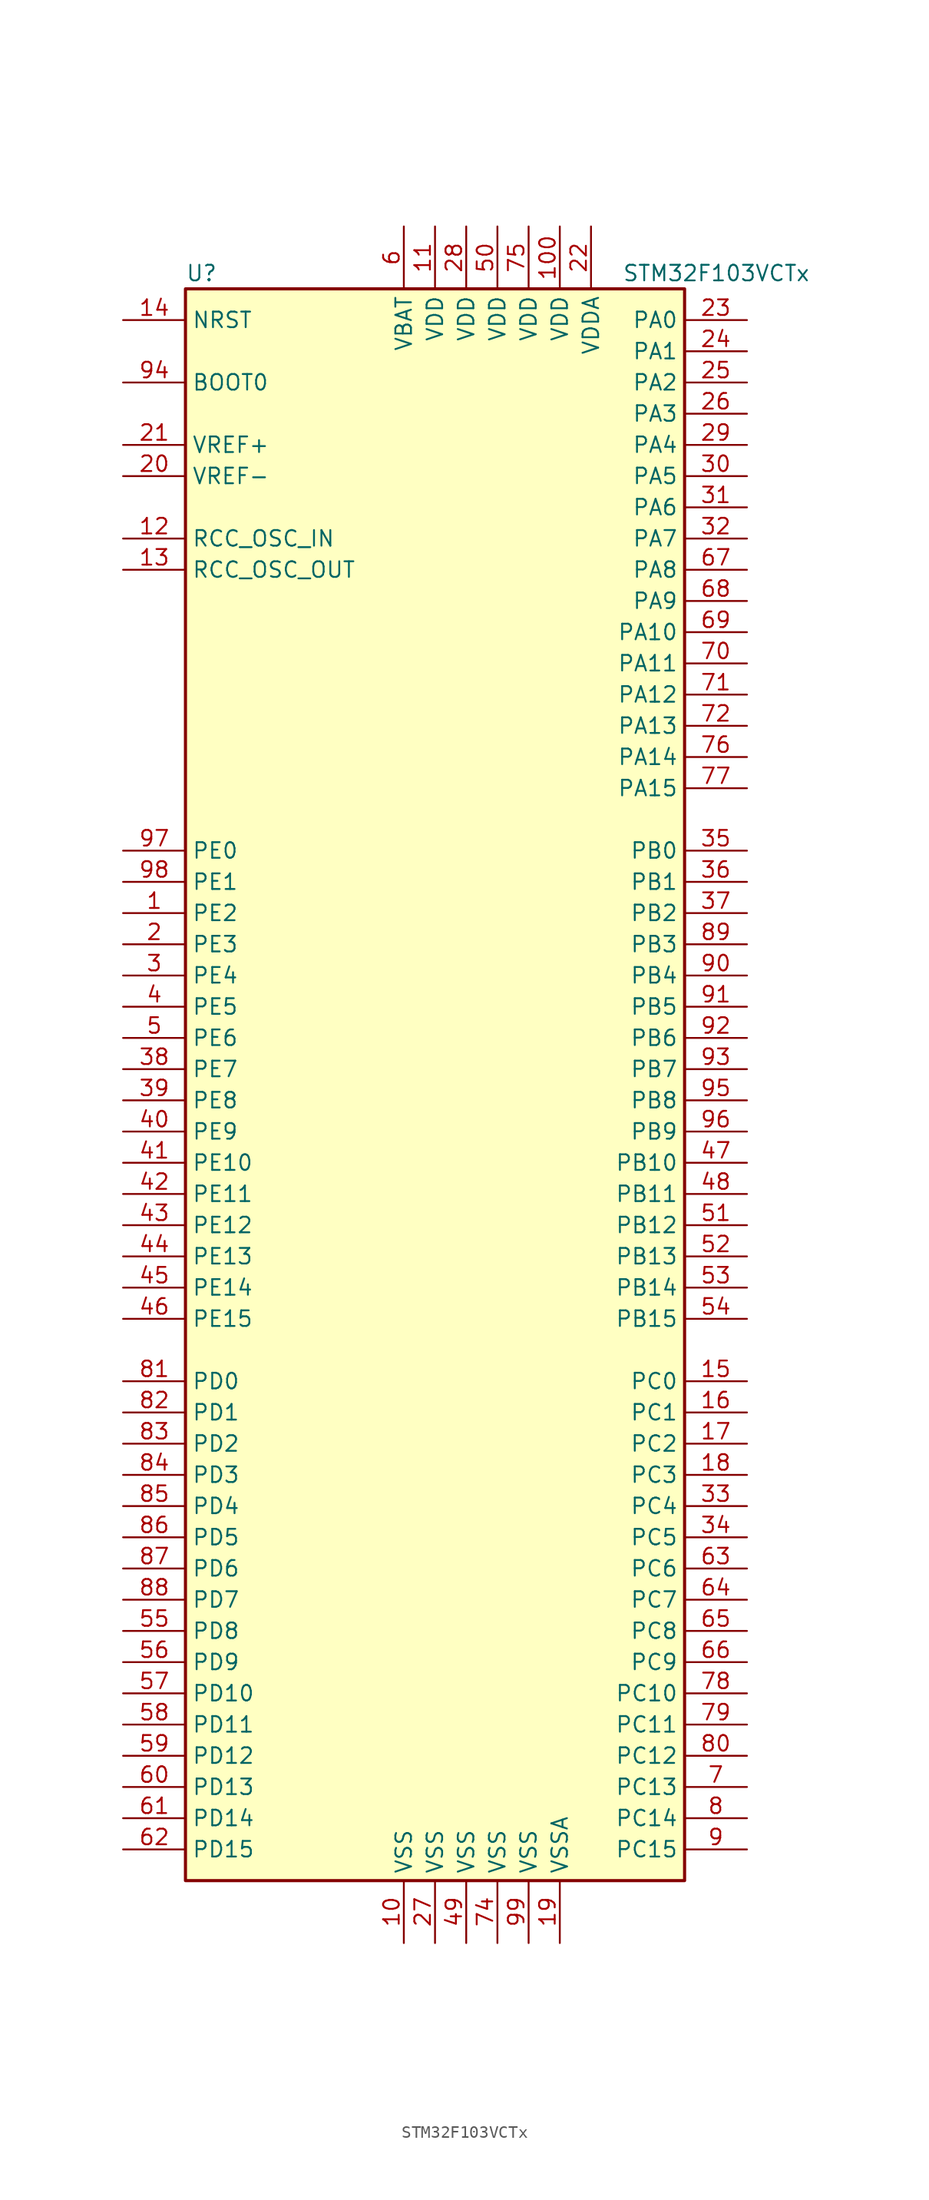
<source format=kicad_sym>
(kicad_symbol_lib
  (version 20201005)
  (generator kicad_symbol_editor)
  (symbol "STM32F103VCTx"
    (property "Reference" "U"
      (at -20.32 64.77 0)
      (effects (font (size 1.27 1.27)) (justify left)))
    (property "Value" "STM32F103VCTx"
      (at 15.24 64.77 0)
      (effects (font (size 1.27 1.27)) (justify left)))
    (symbol "STM32F103VCTx_0_1"
      (rectangle (start -20.32 -66.04) (end 20.32 63.5) (stroke (width 0.254)) (fill (type background))))
    (symbol "STM32F103VCTx_1_1"
      (pin input line (at -25.4 55.88 0) (length 5.08) (name "BOOT0" (effects (font (size 1.27 1.27)))) (number "94" (effects (font (size 1.27 1.27)))))
      (pin no_connect line (at -20.32 -63.5 0) (length 5.08) hide (name "NC" (effects (font (size 1.27 1.27)))) (number "73" (effects (font (size 1.27 1.27)))))
      (pin input line (at -25.4 60.96 0) (length 5.08) (name "NRST" (effects (font (size 1.27 1.27)))) (number "14" (effects (font (size 1.27 1.27)))))
      (pin bidirectional line (at 25.4 60.96 180) (length 5.08) (name "PA0" (effects (font (size 1.27 1.27)))) (number "23" (effects (font (size 1.27 1.27)))))
      (pin bidirectional line (at 25.4 58.42 180) (length 5.08) (name "PA1" (effects (font (size 1.27 1.27)))) (number "24" (effects (font (size 1.27 1.27)))))
      (pin bidirectional line (at 25.4 35.56 180) (length 5.08) (name "PA10" (effects (font (size 1.27 1.27)))) (number "69" (effects (font (size 1.27 1.27)))))
      (pin bidirectional line (at 25.4 33.02 180) (length 5.08) (name "PA11" (effects (font (size 1.27 1.27)))) (number "70" (effects (font (size 1.27 1.27)))))
      (pin bidirectional line (at 25.4 30.48 180) (length 5.08) (name "PA12" (effects (font (size 1.27 1.27)))) (number "71" (effects (font (size 1.27 1.27)))))
      (pin bidirectional line (at 25.4 27.94 180) (length 5.08) (name "PA13" (effects (font (size 1.27 1.27)))) (number "72" (effects (font (size 1.27 1.27)))))
      (pin bidirectional line (at 25.4 25.4 180) (length 5.08) (name "PA14" (effects (font (size 1.27 1.27)))) (number "76" (effects (font (size 1.27 1.27)))))
      (pin bidirectional line (at 25.4 22.86 180) (length 5.08) (name "PA15" (effects (font (size 1.27 1.27)))) (number "77" (effects (font (size 1.27 1.27)))))
      (pin bidirectional line (at 25.4 55.88 180) (length 5.08) (name "PA2" (effects (font (size 1.27 1.27)))) (number "25" (effects (font (size 1.27 1.27)))))
      (pin bidirectional line (at 25.4 53.34 180) (length 5.08) (name "PA3" (effects (font (size 1.27 1.27)))) (number "26" (effects (font (size 1.27 1.27)))))
      (pin bidirectional line (at 25.4 50.8 180) (length 5.08) (name "PA4" (effects (font (size 1.27 1.27)))) (number "29" (effects (font (size 1.27 1.27)))))
      (pin bidirectional line (at 25.4 48.26 180) (length 5.08) (name "PA5" (effects (font (size 1.27 1.27)))) (number "30" (effects (font (size 1.27 1.27)))))
      (pin bidirectional line (at 25.4 45.72 180) (length 5.08) (name "PA6" (effects (font (size 1.27 1.27)))) (number "31" (effects (font (size 1.27 1.27)))))
      (pin bidirectional line (at 25.4 43.18 180) (length 5.08) (name "PA7" (effects (font (size 1.27 1.27)))) (number "32" (effects (font (size 1.27 1.27)))))
      (pin bidirectional line (at 25.4 40.64 180) (length 5.08) (name "PA8" (effects (font (size 1.27 1.27)))) (number "67" (effects (font (size 1.27 1.27)))))
      (pin bidirectional line (at 25.4 38.1 180) (length 5.08) (name "PA9" (effects (font (size 1.27 1.27)))) (number "68" (effects (font (size 1.27 1.27)))))
      (pin bidirectional line (at 25.4 17.78 180) (length 5.08) (name "PB0" (effects (font (size 1.27 1.27)))) (number "35" (effects (font (size 1.27 1.27)))))
      (pin bidirectional line (at 25.4 15.24 180) (length 5.08) (name "PB1" (effects (font (size 1.27 1.27)))) (number "36" (effects (font (size 1.27 1.27)))))
      (pin bidirectional line (at 25.4 -7.62 180) (length 5.08) (name "PB10" (effects (font (size 1.27 1.27)))) (number "47" (effects (font (size 1.27 1.27)))))
      (pin bidirectional line (at 25.4 -10.16 180) (length 5.08) (name "PB11" (effects (font (size 1.27 1.27)))) (number "48" (effects (font (size 1.27 1.27)))))
      (pin bidirectional line (at 25.4 -12.7 180) (length 5.08) (name "PB12" (effects (font (size 1.27 1.27)))) (number "51" (effects (font (size 1.27 1.27)))))
      (pin bidirectional line (at 25.4 -15.24 180) (length 5.08) (name "PB13" (effects (font (size 1.27 1.27)))) (number "52" (effects (font (size 1.27 1.27)))))
      (pin bidirectional line (at 25.4 -17.78 180) (length 5.08) (name "PB14" (effects (font (size 1.27 1.27)))) (number "53" (effects (font (size 1.27 1.27)))))
      (pin bidirectional line (at 25.4 -20.32 180) (length 5.08) (name "PB15" (effects (font (size 1.27 1.27)))) (number "54" (effects (font (size 1.27 1.27)))))
      (pin bidirectional line (at 25.4 12.7 180) (length 5.08) (name "PB2" (effects (font (size 1.27 1.27)))) (number "37" (effects (font (size 1.27 1.27)))))
      (pin bidirectional line (at 25.4 10.16 180) (length 5.08) (name "PB3" (effects (font (size 1.27 1.27)))) (number "89" (effects (font (size 1.27 1.27)))))
      (pin bidirectional line (at 25.4 7.62 180) (length 5.08) (name "PB4" (effects (font (size 1.27 1.27)))) (number "90" (effects (font (size 1.27 1.27)))))
      (pin bidirectional line (at 25.4 5.08 180) (length 5.08) (name "PB5" (effects (font (size 1.27 1.27)))) (number "91" (effects (font (size 1.27 1.27)))))
      (pin bidirectional line (at 25.4 2.54 180) (length 5.08) (name "PB6" (effects (font (size 1.27 1.27)))) (number "92" (effects (font (size 1.27 1.27)))))
      (pin bidirectional line (at 25.4 0 180) (length 5.08) (name "PB7" (effects (font (size 1.27 1.27)))) (number "93" (effects (font (size 1.27 1.27)))))
      (pin bidirectional line (at 25.4 -2.54 180) (length 5.08) (name "PB8" (effects (font (size 1.27 1.27)))) (number "95" (effects (font (size 1.27 1.27)))))
      (pin bidirectional line (at 25.4 -5.08 180) (length 5.08) (name "PB9" (effects (font (size 1.27 1.27)))) (number "96" (effects (font (size 1.27 1.27)))))
      (pin bidirectional line (at 25.4 -25.4 180) (length 5.08) (name "PC0" (effects (font (size 1.27 1.27)))) (number "15" (effects (font (size 1.27 1.27)))))
      (pin bidirectional line (at 25.4 -27.94 180) (length 5.08) (name "PC1" (effects (font (size 1.27 1.27)))) (number "16" (effects (font (size 1.27 1.27)))))
      (pin bidirectional line (at 25.4 -50.8 180) (length 5.08) (name "PC10" (effects (font (size 1.27 1.27)))) (number "78" (effects (font (size 1.27 1.27)))))
      (pin bidirectional line (at 25.4 -53.34 180) (length 5.08) (name "PC11" (effects (font (size 1.27 1.27)))) (number "79" (effects (font (size 1.27 1.27)))))
      (pin bidirectional line (at 25.4 -55.88 180) (length 5.08) (name "PC12" (effects (font (size 1.27 1.27)))) (number "80" (effects (font (size 1.27 1.27)))))
      (pin bidirectional line (at 25.4 -58.42 180) (length 5.08) (name "PC13" (effects (font (size 1.27 1.27)))) (number "7" (effects (font (size 1.27 1.27)))))
      (pin bidirectional line (at 25.4 -60.96 180) (length 5.08) (name "PC14" (effects (font (size 1.27 1.27)))) (number "8" (effects (font (size 1.27 1.27)))))
      (pin bidirectional line (at 25.4 -63.5 180) (length 5.08) (name "PC15" (effects (font (size 1.27 1.27)))) (number "9" (effects (font (size 1.27 1.27)))))
      (pin bidirectional line (at 25.4 -30.48 180) (length 5.08) (name "PC2" (effects (font (size 1.27 1.27)))) (number "17" (effects (font (size 1.27 1.27)))))
      (pin bidirectional line (at 25.4 -33.02 180) (length 5.08) (name "PC3" (effects (font (size 1.27 1.27)))) (number "18" (effects (font (size 1.27 1.27)))))
      (pin bidirectional line (at 25.4 -35.56 180) (length 5.08) (name "PC4" (effects (font (size 1.27 1.27)))) (number "33" (effects (font (size 1.27 1.27)))))
      (pin bidirectional line (at 25.4 -38.1 180) (length 5.08) (name "PC5" (effects (font (size 1.27 1.27)))) (number "34" (effects (font (size 1.27 1.27)))))
      (pin bidirectional line (at 25.4 -40.64 180) (length 5.08) (name "PC6" (effects (font (size 1.27 1.27)))) (number "63" (effects (font (size 1.27 1.27)))))
      (pin bidirectional line (at 25.4 -43.18 180) (length 5.08) (name "PC7" (effects (font (size 1.27 1.27)))) (number "64" (effects (font (size 1.27 1.27)))))
      (pin bidirectional line (at 25.4 -45.72 180) (length 5.08) (name "PC8" (effects (font (size 1.27 1.27)))) (number "65" (effects (font (size 1.27 1.27)))))
      (pin bidirectional line (at 25.4 -48.26 180) (length 5.08) (name "PC9" (effects (font (size 1.27 1.27)))) (number "66" (effects (font (size 1.27 1.27)))))
      (pin bidirectional line (at -25.4 -25.4 0) (length 5.08) (name "PD0" (effects (font (size 1.27 1.27)))) (number "81" (effects (font (size 1.27 1.27)))))
      (pin bidirectional line (at -25.4 -27.94 0) (length 5.08) (name "PD1" (effects (font (size 1.27 1.27)))) (number "82" (effects (font (size 1.27 1.27)))))
      (pin bidirectional line (at -25.4 -50.8 0) (length 5.08) (name "PD10" (effects (font (size 1.27 1.27)))) (number "57" (effects (font (size 1.27 1.27)))))
      (pin bidirectional line (at -25.4 -53.34 0) (length 5.08) (name "PD11" (effects (font (size 1.27 1.27)))) (number "58" (effects (font (size 1.27 1.27)))))
      (pin bidirectional line (at -25.4 -55.88 0) (length 5.08) (name "PD12" (effects (font (size 1.27 1.27)))) (number "59" (effects (font (size 1.27 1.27)))))
      (pin bidirectional line (at -25.4 -58.42 0) (length 5.08) (name "PD13" (effects (font (size 1.27 1.27)))) (number "60" (effects (font (size 1.27 1.27)))))
      (pin bidirectional line (at -25.4 -60.96 0) (length 5.08) (name "PD14" (effects (font (size 1.27 1.27)))) (number "61" (effects (font (size 1.27 1.27)))))
      (pin bidirectional line (at -25.4 -63.5 0) (length 5.08) (name "PD15" (effects (font (size 1.27 1.27)))) (number "62" (effects (font (size 1.27 1.27)))))
      (pin bidirectional line (at -25.4 -30.48 0) (length 5.08) (name "PD2" (effects (font (size 1.27 1.27)))) (number "83" (effects (font (size 1.27 1.27)))))
      (pin bidirectional line (at -25.4 -33.02 0) (length 5.08) (name "PD3" (effects (font (size 1.27 1.27)))) (number "84" (effects (font (size 1.27 1.27)))))
      (pin bidirectional line (at -25.4 -35.56 0) (length 5.08) (name "PD4" (effects (font (size 1.27 1.27)))) (number "85" (effects (font (size 1.27 1.27)))))
      (pin bidirectional line (at -25.4 -38.1 0) (length 5.08) (name "PD5" (effects (font (size 1.27 1.27)))) (number "86" (effects (font (size 1.27 1.27)))))
      (pin bidirectional line (at -25.4 -40.64 0) (length 5.08) (name "PD6" (effects (font (size 1.27 1.27)))) (number "87" (effects (font (size 1.27 1.27)))))
      (pin bidirectional line (at -25.4 -43.18 0) (length 5.08) (name "PD7" (effects (font (size 1.27 1.27)))) (number "88" (effects (font (size 1.27 1.27)))))
      (pin bidirectional line (at -25.4 -45.72 0) (length 5.08) (name "PD8" (effects (font (size 1.27 1.27)))) (number "55" (effects (font (size 1.27 1.27)))))
      (pin bidirectional line (at -25.4 -48.26 0) (length 5.08) (name "PD9" (effects (font (size 1.27 1.27)))) (number "56" (effects (font (size 1.27 1.27)))))
      (pin bidirectional line (at -25.4 17.78 0) (length 5.08) (name "PE0" (effects (font (size 1.27 1.27)))) (number "97" (effects (font (size 1.27 1.27)))))
      (pin bidirectional line (at -25.4 15.24 0) (length 5.08) (name "PE1" (effects (font (size 1.27 1.27)))) (number "98" (effects (font (size 1.27 1.27)))))
      (pin bidirectional line (at -25.4 -7.62 0) (length 5.08) (name "PE10" (effects (font (size 1.27 1.27)))) (number "41" (effects (font (size 1.27 1.27)))))
      (pin bidirectional line (at -25.4 -10.16 0) (length 5.08) (name "PE11" (effects (font (size 1.27 1.27)))) (number "42" (effects (font (size 1.27 1.27)))))
      (pin bidirectional line (at -25.4 -12.7 0) (length 5.08) (name "PE12" (effects (font (size 1.27 1.27)))) (number "43" (effects (font (size 1.27 1.27)))))
      (pin bidirectional line (at -25.4 -15.24 0) (length 5.08) (name "PE13" (effects (font (size 1.27 1.27)))) (number "44" (effects (font (size 1.27 1.27)))))
      (pin bidirectional line (at -25.4 -17.78 0) (length 5.08) (name "PE14" (effects (font (size 1.27 1.27)))) (number "45" (effects (font (size 1.27 1.27)))))
      (pin bidirectional line (at -25.4 -20.32 0) (length 5.08) (name "PE15" (effects (font (size 1.27 1.27)))) (number "46" (effects (font (size 1.27 1.27)))))
      (pin bidirectional line (at -25.4 12.7 0) (length 5.08) (name "PE2" (effects (font (size 1.27 1.27)))) (number "1" (effects (font (size 1.27 1.27)))))
      (pin bidirectional line (at -25.4 10.16 0) (length 5.08) (name "PE3" (effects (font (size 1.27 1.27)))) (number "2" (effects (font (size 1.27 1.27)))))
      (pin bidirectional line (at -25.4 7.62 0) (length 5.08) (name "PE4" (effects (font (size 1.27 1.27)))) (number "3" (effects (font (size 1.27 1.27)))))
      (pin bidirectional line (at -25.4 5.08 0) (length 5.08) (name "PE5" (effects (font (size 1.27 1.27)))) (number "4" (effects (font (size 1.27 1.27)))))
      (pin bidirectional line (at -25.4 2.54 0) (length 5.08) (name "PE6" (effects (font (size 1.27 1.27)))) (number "5" (effects (font (size 1.27 1.27)))))
      (pin bidirectional line (at -25.4 0 0) (length 5.08) (name "PE7" (effects (font (size 1.27 1.27)))) (number "38" (effects (font (size 1.27 1.27)))))
      (pin bidirectional line (at -25.4 -2.54 0) (length 5.08) (name "PE8" (effects (font (size 1.27 1.27)))) (number "39" (effects (font (size 1.27 1.27)))))
      (pin bidirectional line (at -25.4 -5.08 0) (length 5.08) (name "PE9" (effects (font (size 1.27 1.27)))) (number "40" (effects (font (size 1.27 1.27)))))
      (pin input line (at -25.4 43.18 0) (length 5.08) (name "RCC_OSC_IN" (effects (font (size 1.27 1.27)))) (number "12" (effects (font (size 1.27 1.27)))))
      (pin input line (at -25.4 40.64 0) (length 5.08) (name "RCC_OSC_OUT" (effects (font (size 1.27 1.27)))) (number "13" (effects (font (size 1.27 1.27)))))
      (pin power_in line (at -2.54 68.58 270) (length 5.08) (name "VBAT" (effects (font (size 1.27 1.27)))) (number "6" (effects (font (size 1.27 1.27)))))
      (pin power_in line (at 10.16 68.58 270) (length 5.08) (name "VDD" (effects (font (size 1.27 1.27)))) (number "100" (effects (font (size 1.27 1.27)))))
      (pin power_in line (at 0 68.58 270) (length 5.08) (name "VDD" (effects (font (size 1.27 1.27)))) (number "11" (effects (font (size 1.27 1.27)))))
      (pin power_in line (at 2.54 68.58 270) (length 5.08) (name "VDD" (effects (font (size 1.27 1.27)))) (number "28" (effects (font (size 1.27 1.27)))))
      (pin power_in line (at 5.08 68.58 270) (length 5.08) (name "VDD" (effects (font (size 1.27 1.27)))) (number "50" (effects (font (size 1.27 1.27)))))
      (pin power_in line (at 7.62 68.58 270) (length 5.08) (name "VDD" (effects (font (size 1.27 1.27)))) (number "75" (effects (font (size 1.27 1.27)))))
      (pin power_in line (at 12.7 68.58 270) (length 5.08) (name "VDDA" (effects (font (size 1.27 1.27)))) (number "22" (effects (font (size 1.27 1.27)))))
      (pin power_in line (at -25.4 50.8 0) (length 5.08) (name "VREF+" (effects (font (size 1.27 1.27)))) (number "21" (effects (font (size 1.27 1.27)))))
      (pin power_in line (at -25.4 48.26 0) (length 5.08) (name "VREF-" (effects (font (size 1.27 1.27)))) (number "20" (effects (font (size 1.27 1.27)))))
      (pin power_in line (at -2.54 -71.12 90) (length 5.08) (name "VSS" (effects (font (size 1.27 1.27)))) (number "10" (effects (font (size 1.27 1.27)))))
      (pin power_in line (at 0 -71.12 90) (length 5.08) (name "VSS" (effects (font (size 1.27 1.27)))) (number "27" (effects (font (size 1.27 1.27)))))
      (pin power_in line (at 2.54 -71.12 90) (length 5.08) (name "VSS" (effects (font (size 1.27 1.27)))) (number "49" (effects (font (size 1.27 1.27)))))
      (pin power_in line (at 5.08 -71.12 90) (length 5.08) (name "VSS" (effects (font (size 1.27 1.27)))) (number "74" (effects (font (size 1.27 1.27)))))
      (pin power_in line (at 7.62 -71.12 90) (length 5.08) (name "VSS" (effects (font (size 1.27 1.27)))) (number "99" (effects (font (size 1.27 1.27)))))
      (pin power_in line (at 10.16 -71.12 90) (length 5.08) (name "VSSA" (effects (font (size 1.27 1.27)))) (number "19" (effects (font (size 1.27 1.27))))))))
</source>
